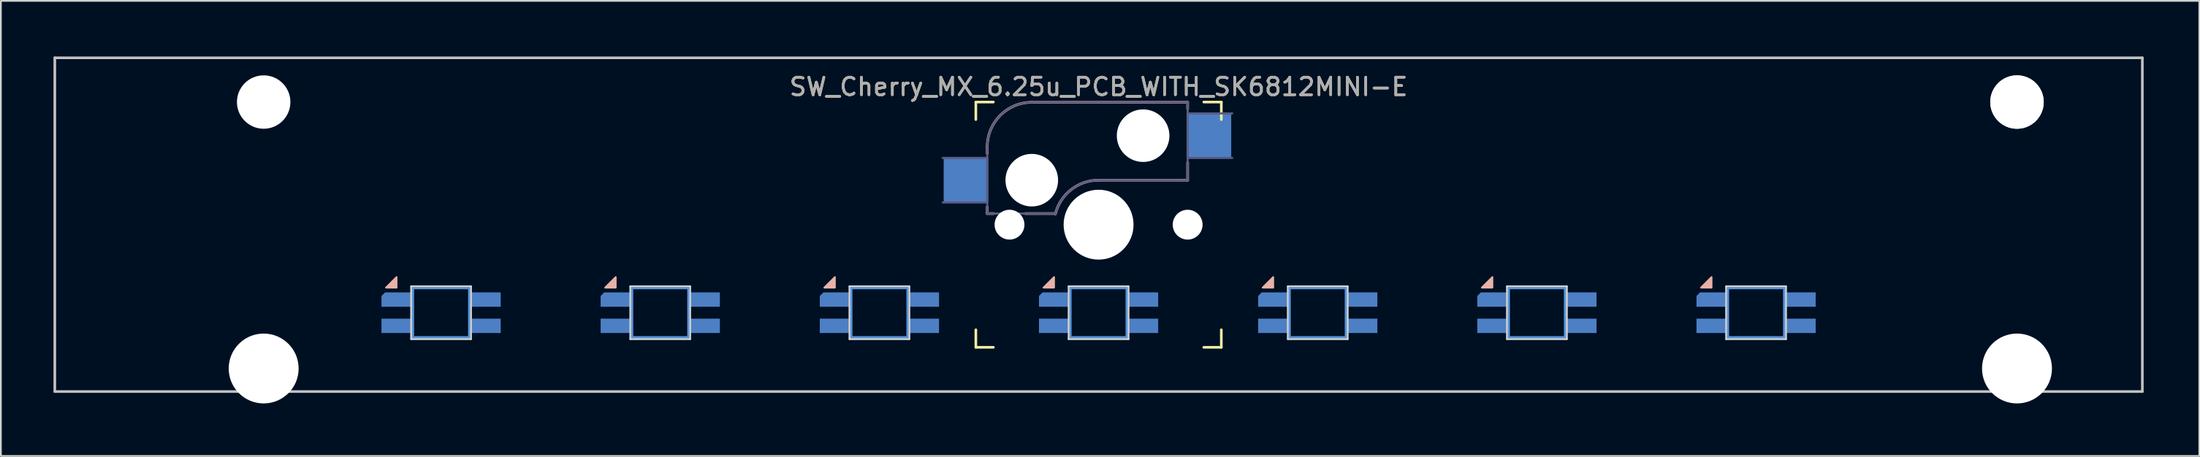
<source format=kicad_pcb>
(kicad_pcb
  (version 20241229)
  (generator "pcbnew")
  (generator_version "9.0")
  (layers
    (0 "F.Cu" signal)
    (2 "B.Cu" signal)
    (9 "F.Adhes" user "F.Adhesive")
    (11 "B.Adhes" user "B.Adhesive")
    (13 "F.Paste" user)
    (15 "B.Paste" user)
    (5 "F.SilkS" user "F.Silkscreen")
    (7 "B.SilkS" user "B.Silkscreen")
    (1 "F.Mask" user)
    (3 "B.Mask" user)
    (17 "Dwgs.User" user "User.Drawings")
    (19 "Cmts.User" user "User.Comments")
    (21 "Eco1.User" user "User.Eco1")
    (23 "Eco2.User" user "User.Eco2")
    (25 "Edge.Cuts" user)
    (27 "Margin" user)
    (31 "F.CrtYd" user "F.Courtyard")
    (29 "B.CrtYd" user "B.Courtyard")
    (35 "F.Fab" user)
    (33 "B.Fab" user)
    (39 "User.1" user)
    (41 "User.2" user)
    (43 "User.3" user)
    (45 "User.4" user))
  (footprint "SW_Cherry_MX_6.25u_PCB_WITH_SK6812MINI-E"
    (layer "F.Cu")
    (at 119.138 0.25)
    (property "Reference" "SW_Cherry_MX_6.25u_PCB_WITH_SK6812MINI-E" (at -59.531 1.651 0) (layer "F.SilkS") (effects (font (size 1 1) (thickness 0.15))))
    (attr through_hole)
    (fp_line (start -66.531 3.525) (end -66.531 2.525) (stroke (width 0.15) (type solid)) (layer "F.SilkS"))
    (fp_line (start -66.531 16.525) (end -66.531 15.525) (stroke (width 0.15) (type solid)) (layer "F.SilkS"))
    (fp_line (start -66.531 16.525) (end -65.531 16.525) (stroke (width 0.15) (type solid)) (layer "F.SilkS"))
    (fp_line (start -65.531 2.525) (end -66.531 2.525) (stroke (width 0.15) (type solid)) (layer "F.SilkS"))
    (fp_line (start -53.531 16.525) (end -52.531 16.525) (stroke (width 0.15) (type solid)) (layer "F.SilkS"))
    (fp_line (start -52.531 2.525) (end -53.531 2.525) (stroke (width 0.15) (type solid)) (layer "F.SilkS"))
    (fp_line (start -52.531 2.525) (end -52.531 3.525) (stroke (width 0.15) (type solid)) (layer "F.SilkS"))
    (fp_line (start -52.531 15.525) (end -52.531 16.525) (stroke (width 0.15) (type solid)) (layer "F.SilkS"))
    (fp_line (start -65.881 5.08) (end -65.881 5.461) (stroke (width 0.15) (type solid)) (layer "B.SilkS"))
    (fp_line (start -65.881 8.509) (end -65.881 8.89) (stroke (width 0.15) (type solid)) (layer "B.SilkS"))
    (fp_line (start -65.5 8.89) (end -65.881 8.89) (stroke (width 0.15) (type solid)) (layer "B.SilkS"))
    (fp_line (start -63.341 2.54) (end -54.451 2.54) (stroke (width 0.15) (type solid)) (layer "B.SilkS"))
    (fp_line (start -61.995 8.89) (end -63.722 8.89) (stroke (width 0.15) (type solid)) (layer "B.SilkS"))
    (fp_line (start -54.451 2.54) (end -54.451 2.921) (stroke (width 0.15) (type solid)) (layer "B.SilkS"))
    (fp_line (start -54.451 5.969) (end -54.451 6.985) (stroke (width 0.15) (type solid)) (layer "B.SilkS"))
    (fp_line (start -54.451 6.985) (end -59.531 6.985) (stroke (width 0.15) (type solid)) (layer "B.SilkS"))
    (fp_arc (start -65.88125 5.08) (mid -65.137301 3.283949) (end -63.34125 2.54) (stroke (width 0.15) (type solid)) (layer "B.SilkS"))
    (fp_arc (start -61.995412 8.90896) (mid -61.094397 7.522958) (end -59.53125 6.985) (stroke (width 0.15) (type solid)) (layer "B.SilkS"))
    (fp_poly (pts (xy -99.571 12.518) (xy -99.571 13.118) (xy -100.171 13.118)) (stroke (width 0.1) (type solid)) (fill yes) (layer "B.SilkS"))
    (fp_poly (pts (xy -87.071 12.518) (xy -87.071 13.118) (xy -87.671 13.118)) (stroke (width 0.1) (type solid)) (fill yes) (layer "B.SilkS"))
    (fp_poly (pts (xy -74.571 12.518) (xy -74.571 13.118) (xy -75.171 13.118)) (stroke (width 0.1) (type solid)) (fill yes) (layer "B.SilkS"))
    (fp_poly (pts (xy -62.071 12.518) (xy -62.071 13.118) (xy -62.671 13.118)) (stroke (width 0.1) (type solid)) (fill yes) (layer "B.SilkS"))
    (fp_poly (pts (xy -49.571 12.518) (xy -49.571 13.118) (xy -50.171 13.118)) (stroke (width 0.1) (type solid)) (fill yes) (layer "B.SilkS"))
    (fp_poly (pts (xy -37.071 12.518) (xy -37.071 13.118) (xy -37.671 13.118)) (stroke (width 0.1) (type solid)) (fill yes) (layer "B.SilkS"))
    (fp_poly (pts (xy -24.571 12.518) (xy -24.571 13.118) (xy -25.171 13.118)) (stroke (width 0.1) (type solid)) (fill yes) (layer "B.SilkS"))
    (fp_line (start -119.062 0) (end 0 0) (stroke (width 0.15) (type solid)) (layer "Dwgs.User"))
    (fp_line (start -119.062 19.05) (end -119.062 0) (stroke (width 0.15) (type solid)) (layer "Dwgs.User"))
    (fp_line (start 0 0) (end 0 19.05) (stroke (width 0.15) (type solid)) (layer "Dwgs.User"))
    (fp_line (start 0 19.05) (end -119.062 19.05) (stroke (width 0.15) (type solid)) (layer "Dwgs.User"))
    (fp_line (start -98.631 13.15) (end -98.631 15.95) (stroke (width 0.12) (type solid)) (layer "Cmts.User"))
    (fp_line (start -98.631 13.15) (end -95.431 13.15) (stroke (width 0.12) (type solid)) (layer "Cmts.User"))
    (fp_line (start -95.431 15.95) (end -98.631 15.95) (stroke (width 0.12) (type solid)) (layer "Cmts.User"))
    (fp_line (start -95.431 15.95) (end -95.431 13.15) (stroke (width 0.12) (type solid)) (layer "Cmts.User"))
    (fp_line (start -86.131 13.15) (end -86.131 15.95) (stroke (width 0.12) (type solid)) (layer "Cmts.User"))
    (fp_line (start -86.131 13.15) (end -82.931 13.15) (stroke (width 0.12) (type solid)) (layer "Cmts.User"))
    (fp_line (start -82.931 15.95) (end -86.131 15.95) (stroke (width 0.12) (type solid)) (layer "Cmts.User"))
    (fp_line (start -82.931 15.95) (end -82.931 13.15) (stroke (width 0.12) (type solid)) (layer "Cmts.User"))
    (fp_line (start -73.631 13.15) (end -73.631 15.95) (stroke (width 0.12) (type solid)) (layer "Cmts.User"))
    (fp_line (start -73.631 13.15) (end -70.431 13.15) (stroke (width 0.12) (type solid)) (layer "Cmts.User"))
    (fp_line (start -70.431 15.95) (end -73.631 15.95) (stroke (width 0.12) (type solid)) (layer "Cmts.User"))
    (fp_line (start -70.431 15.95) (end -70.431 13.15) (stroke (width 0.12) (type solid)) (layer "Cmts.User"))
    (fp_line (start -61.131 13.15) (end -61.131 15.95) (stroke (width 0.12) (type solid)) (layer "Cmts.User"))
    (fp_line (start -61.131 13.15) (end -57.931 13.15) (stroke (width 0.12) (type solid)) (layer "Cmts.User"))
    (fp_line (start -57.931 15.95) (end -61.131 15.95) (stroke (width 0.12) (type solid)) (layer "Cmts.User"))
    (fp_line (start -57.931 15.95) (end -57.931 13.15) (stroke (width 0.12) (type solid)) (layer "Cmts.User"))
    (fp_line (start -48.631 13.15) (end -48.631 15.95) (stroke (width 0.12) (type solid)) (layer "Cmts.User"))
    (fp_line (start -48.631 13.15) (end -45.431 13.15) (stroke (width 0.12) (type solid)) (layer "Cmts.User"))
    (fp_line (start -45.431 15.95) (end -48.631 15.95) (stroke (width 0.12) (type solid)) (layer "Cmts.User"))
    (fp_line (start -45.431 15.95) (end -45.431 13.15) (stroke (width 0.12) (type solid)) (layer "Cmts.User"))
    (fp_line (start -36.131 13.15) (end -36.131 15.95) (stroke (width 0.12) (type solid)) (layer "Cmts.User"))
    (fp_line (start -36.131 13.15) (end -32.931 13.15) (stroke (width 0.12) (type solid)) (layer "Cmts.User"))
    (fp_line (start -32.931 15.95) (end -36.131 15.95) (stroke (width 0.12) (type solid)) (layer "Cmts.User"))
    (fp_line (start -32.931 15.95) (end -32.931 13.15) (stroke (width 0.12) (type solid)) (layer "Cmts.User"))
    (fp_line (start -23.631 13.15) (end -23.631 15.95) (stroke (width 0.12) (type solid)) (layer "Cmts.User"))
    (fp_line (start -23.631 13.15) (end -20.431 13.15) (stroke (width 0.12) (type solid)) (layer "Cmts.User"))
    (fp_line (start -20.431 15.95) (end -23.631 15.95) (stroke (width 0.12) (type solid)) (layer "Cmts.User"))
    (fp_line (start -20.431 15.95) (end -20.431 13.15) (stroke (width 0.12) (type solid)) (layer "Cmts.User"))
    (fp_line (start -66.431 16.425) (end -66.431 2.625) (stroke (width 0.15) (type solid)) (layer "Eco2.User"))
    (fp_line (start -66.431 16.425) (end -52.631 16.425) (stroke (width 0.15) (type solid)) (layer "Eco2.User"))
    (fp_line (start -52.631 2.625) (end -66.431 2.625) (stroke (width 0.15) (type solid)) (layer "Eco2.User"))
    (fp_line (start -52.631 2.625) (end -52.631 16.425) (stroke (width 0.15) (type solid)) (layer "Eco2.User"))
    (fp_line (start -98.731 13.05) (end -98.731 16.05) (stroke (width 0.12) (type solid)) (layer "Edge.Cuts"))
    (fp_line (start -98.731 13.05) (end -95.331 13.05) (stroke (width 0.12) (type solid)) (layer "Edge.Cuts"))
    (fp_line (start -95.331 16.05) (end -98.731 16.05) (stroke (width 0.12) (type solid)) (layer "Edge.Cuts"))
    (fp_line (start -95.331 16.05) (end -95.331 13.05) (stroke (width 0.12) (type solid)) (layer "Edge.Cuts"))
    (fp_line (start -86.231 13.05) (end -86.231 16.05) (stroke (width 0.12) (type solid)) (layer "Edge.Cuts"))
    (fp_line (start -86.231 13.05) (end -82.831 13.05) (stroke (width 0.12) (type solid)) (layer "Edge.Cuts"))
    (fp_line (start -82.831 16.05) (end -86.231 16.05) (stroke (width 0.12) (type solid)) (layer "Edge.Cuts"))
    (fp_line (start -82.831 16.05) (end -82.831 13.05) (stroke (width 0.12) (type solid)) (layer "Edge.Cuts"))
    (fp_line (start -73.731 13.05) (end -73.731 16.05) (stroke (width 0.12) (type solid)) (layer "Edge.Cuts"))
    (fp_line (start -73.731 13.05) (end -70.331 13.05) (stroke (width 0.12) (type solid)) (layer "Edge.Cuts"))
    (fp_line (start -70.331 16.05) (end -73.731 16.05) (stroke (width 0.12) (type solid)) (layer "Edge.Cuts"))
    (fp_line (start -70.331 16.05) (end -70.331 13.05) (stroke (width 0.12) (type solid)) (layer "Edge.Cuts"))
    (fp_line (start -61.231 13.05) (end -61.231 16.05) (stroke (width 0.12) (type solid)) (layer "Edge.Cuts"))
    (fp_line (start -61.231 13.05) (end -57.831 13.05) (stroke (width 0.12) (type solid)) (layer "Edge.Cuts"))
    (fp_line (start -57.831 16.05) (end -61.231 16.05) (stroke (width 0.12) (type solid)) (layer "Edge.Cuts"))
    (fp_line (start -57.831 16.05) (end -57.831 13.05) (stroke (width 0.12) (type solid)) (layer "Edge.Cuts"))
    (fp_line (start -48.731 13.05) (end -48.731 16.05) (stroke (width 0.12) (type solid)) (layer "Edge.Cuts"))
    (fp_line (start -48.731 13.05) (end -45.331 13.05) (stroke (width 0.12) (type solid)) (layer "Edge.Cuts"))
    (fp_line (start -45.331 16.05) (end -48.731 16.05) (stroke (width 0.12) (type solid)) (layer "Edge.Cuts"))
    (fp_line (start -45.331 16.05) (end -45.331 13.05) (stroke (width 0.12) (type solid)) (layer "Edge.Cuts"))
    (fp_line (start -36.231 13.05) (end -36.231 16.05) (stroke (width 0.12) (type solid)) (layer "Edge.Cuts"))
    (fp_line (start -36.231 13.05) (end -32.831 13.05) (stroke (width 0.12) (type solid)) (layer "Edge.Cuts"))
    (fp_line (start -32.831 16.05) (end -36.231 16.05) (stroke (width 0.12) (type solid)) (layer "Edge.Cuts"))
    (fp_line (start -32.831 16.05) (end -32.831 13.05) (stroke (width 0.12) (type solid)) (layer "Edge.Cuts"))
    (fp_line (start -23.731 13.05) (end -23.731 16.05) (stroke (width 0.12) (type solid)) (layer "Edge.Cuts"))
    (fp_line (start -23.731 13.05) (end -20.331 13.05) (stroke (width 0.12) (type solid)) (layer "Edge.Cuts"))
    (fp_line (start -20.331 16.05) (end -23.731 16.05) (stroke (width 0.12) (type solid)) (layer "Edge.Cuts"))
    (fp_line (start -20.331 16.05) (end -20.331 13.05) (stroke (width 0.12) (type solid)) (layer "Edge.Cuts"))
    (fp_line (start -68.421 5.715) (end -65.881 5.715) (stroke (width 0.12) (type solid)) (layer "B.Fab"))
    (fp_line (start -65.881 8.255) (end -68.421 8.255) (stroke (width 0.12) (type solid)) (layer "B.Fab"))
    (fp_line (start -65.881 8.89) (end -65.881 5.08) (stroke (width 0.12) (type solid)) (layer "B.Fab"))
    (fp_line (start -65.881 8.89) (end -62.071 8.89) (stroke (width 0.12) (type solid)) (layer "B.Fab"))
    (fp_line (start -63.341 2.54) (end -54.451 2.54) (stroke (width 0.12) (type solid)) (layer "B.Fab"))
    (fp_line (start -54.451 2.54) (end -54.451 6.985) (stroke (width 0.12) (type solid)) (layer "B.Fab"))
    (fp_line (start -54.451 3.175) (end -51.911 3.175) (stroke (width 0.12) (type solid)) (layer "B.Fab"))
    (fp_line (start -54.451 6.985) (end -59.531 6.985) (stroke (width 0.12) (type solid)) (layer "B.Fab"))
    (fp_line (start -51.911 5.715) (end -54.451 5.715) (stroke (width 0.12) (type solid)) (layer "B.Fab"))
    (fp_arc (start -65.88125 5.08) (mid -65.137301 3.283949) (end -63.34125 2.54) (stroke (width 0.12) (type solid)) (layer "B.Fab"))
    (fp_arc (start -61.995412 8.90896) (mid -61.094397 7.522958) (end -59.53125 6.985) (stroke (width 0.12) (type solid)) (layer "B.Fab"))
    (fp_text user "${REFERENCE}" (at -59.531 1.651 0) (layer "F.Fab") (effects (font (size 1 1) (thickness 0.15))))
    (pad "" np_thru_hole circle (at -107.15 2.525) (size 3.048 3.048) (drill 3.048) (layers "*.Cu" "*.Mask"))
    (pad "" np_thru_hole circle (at -107.15 17.735) (size 3.988 3.988) (drill 3.988) (layers "*.Cu" "*.Mask"))
    (pad "" np_thru_hole circle (at -64.611 9.525) (size 1.702 1.702) (drill 1.702) (layers "*.Cu" "*.Mask"))
    (pad "" np_thru_hole circle (at -63.341 6.985) (size 3 3) (drill 3) (layers "*.Cu" "*.Mask"))
    (pad "" np_thru_hole circle (at -59.531 9.525) (size 3.988 3.988) (drill 3.988) (layers "*.Cu" "*.Mask"))
    (pad "" np_thru_hole circle (at -56.991 4.445) (size 3 3) (drill 3) (layers "*.Cu" "*.Mask"))
    (pad "" np_thru_hole circle (at -54.451 9.525) (size 1.702 1.702) (drill 1.702) (layers "*.Cu" "*.Mask"))
    (pad "" np_thru_hole circle (at -7.15 2.525) (size 3.048 3.048) (drill 3.048) (layers "*.Cu" "*.Mask"))
    (pad "" np_thru_hole circle (at -7.15 2.525) (size 3.05 3.05) (drill 3.05) (layers "*.Cu" "*.Mask"))
    (pad "" np_thru_hole circle (at -7.15 17.735) (size 3.988 3.988) (drill 3.988) (layers "*.Cu" "*.Mask"))
    (pad "11" smd rect (at -53.241 4.445) (size 2.55 2.5) (layers "B.Cu" "B.Mask" "B.Paste"))
    (pad "12" smd rect (at -67.091 6.985) (size 2.55 2.5) (layers "B.Cu" "B.Mask" "B.Paste"))
    (pad "21" smd rect (at -94.481 15.3 180) (size 1.7 0.82) (layers "B.Cu" "B.Mask" "B.Paste"))
    (pad "21" smd rect (at -81.981 15.3 180) (size 1.7 0.82) (layers "B.Cu" "B.Mask" "B.Paste"))
    (pad "21" smd rect (at -69.481 15.3 180) (size 1.7 0.82) (layers "B.Cu" "B.Mask" "B.Paste"))
    (pad "21" smd rect (at -56.981 15.3 180) (size 1.7 0.82) (layers "B.Cu" "B.Mask" "B.Paste"))
    (pad "21" smd rect (at -44.481 15.3 180) (size 1.7 0.82) (layers "B.Cu" "B.Mask" "B.Paste"))
    (pad "21" smd rect (at -31.981 15.3 180) (size 1.7 0.82) (layers "B.Cu" "B.Mask" "B.Paste"))
    (pad "21" smd rect (at -19.481 15.3 180) (size 1.7 0.82) (layers "B.Cu" "B.Mask" "B.Paste"))
    (pad "22" smd rect (at -94.481 13.8 180) (size 1.7 0.82) (layers "B.Cu" "B.Mask" "B.Paste"))
    (pad "22" smd rect (at -81.981 13.8 180) (size 1.7 0.82) (layers "B.Cu" "B.Mask" "B.Paste"))
    (pad "22" smd rect (at -69.481 13.8 180) (size 1.7 0.82) (layers "B.Cu" "B.Mask" "B.Paste"))
    (pad "22" smd rect (at -56.981 13.8 180) (size 1.7 0.82) (layers "B.Cu" "B.Mask" "B.Paste"))
    (pad "22" smd rect (at -44.481 13.8 180) (size 1.7 0.82) (layers "B.Cu" "B.Mask" "B.Paste"))
    (pad "22" smd rect (at -31.981 13.8 180) (size 1.7 0.82) (layers "B.Cu" "B.Mask" "B.Paste"))
    (pad "22" smd rect (at -19.481 13.8 180) (size 1.7 0.82) (layers "B.Cu" "B.Mask" "B.Paste"))
    (pad "23" smd roundrect (at -99.581 13.8 180) (size 1.7 0.82) (layers "B.Cu" "B.Mask" "B.Paste") (roundrect_rratio 0) (chamfer_ratio 0.25) (chamfer bottom_right))
    (pad "23" smd roundrect (at -87.081 13.8 180) (size 1.7 0.82) (layers "B.Cu" "B.Mask" "B.Paste") (roundrect_rratio 0) (chamfer_ratio 0.25) (chamfer bottom_right))
    (pad "23" smd roundrect (at -74.581 13.8 180) (size 1.7 0.82) (layers "B.Cu" "B.Mask" "B.Paste") (roundrect_rratio 0) (chamfer_ratio 0.25) (chamfer bottom_right))
    (pad "23" smd roundrect (at -62.081 13.8 180) (size 1.7 0.82) (layers "B.Cu" "B.Mask" "B.Paste") (roundrect_rratio 0) (chamfer_ratio 0.25) (chamfer bottom_right))
    (pad "23" smd roundrect (at -49.581 13.8 180) (size 1.7 0.82) (layers "B.Cu" "B.Mask" "B.Paste") (roundrect_rratio 0) (chamfer_ratio 0.25) (chamfer bottom_right))
    (pad "23" smd roundrect (at -37.081 13.8 180) (size 1.7 0.82) (layers "B.Cu" "B.Mask" "B.Paste") (roundrect_rratio 0) (chamfer_ratio 0.25) (chamfer bottom_right))
    (pad "23" smd roundrect (at -24.581 13.8 180) (size 1.7 0.82) (layers "B.Cu" "B.Mask" "B.Paste") (roundrect_rratio 0) (chamfer_ratio 0.25) (chamfer bottom_right))
    (pad "24" smd rect (at -99.581 15.3 180) (size 1.7 0.82) (layers "B.Cu" "B.Mask" "B.Paste"))
    (pad "24" smd rect (at -87.081 15.3 180) (size 1.7 0.82) (layers "B.Cu" "B.Mask" "B.Paste"))
    (pad "24" smd rect (at -74.581 15.3 180) (size 1.7 0.82) (layers "B.Cu" "B.Mask" "B.Paste"))
    (pad "24" smd rect (at -62.081 15.3 180) (size 1.7 0.82) (layers "B.Cu" "B.Mask" "B.Paste"))
    (pad "24" smd rect (at -49.581 15.3 180) (size 1.7 0.82) (layers "B.Cu" "B.Mask" "B.Paste"))
    (pad "24" smd rect (at -37.081 15.3 180) (size 1.7 0.82) (layers "B.Cu" "B.Mask" "B.Paste"))
    (pad "24" smd rect (at -24.581 15.3 180) (size 1.7 0.82) (layers "B.Cu" "B.Mask" "B.Paste")))
  (gr_rect
    (start -3 -3)
    (end 122.388 22.979)
    (stroke (width 0.1) (type default))
    (fill no)
    (layer "Edge.Cuts")))
</source>
